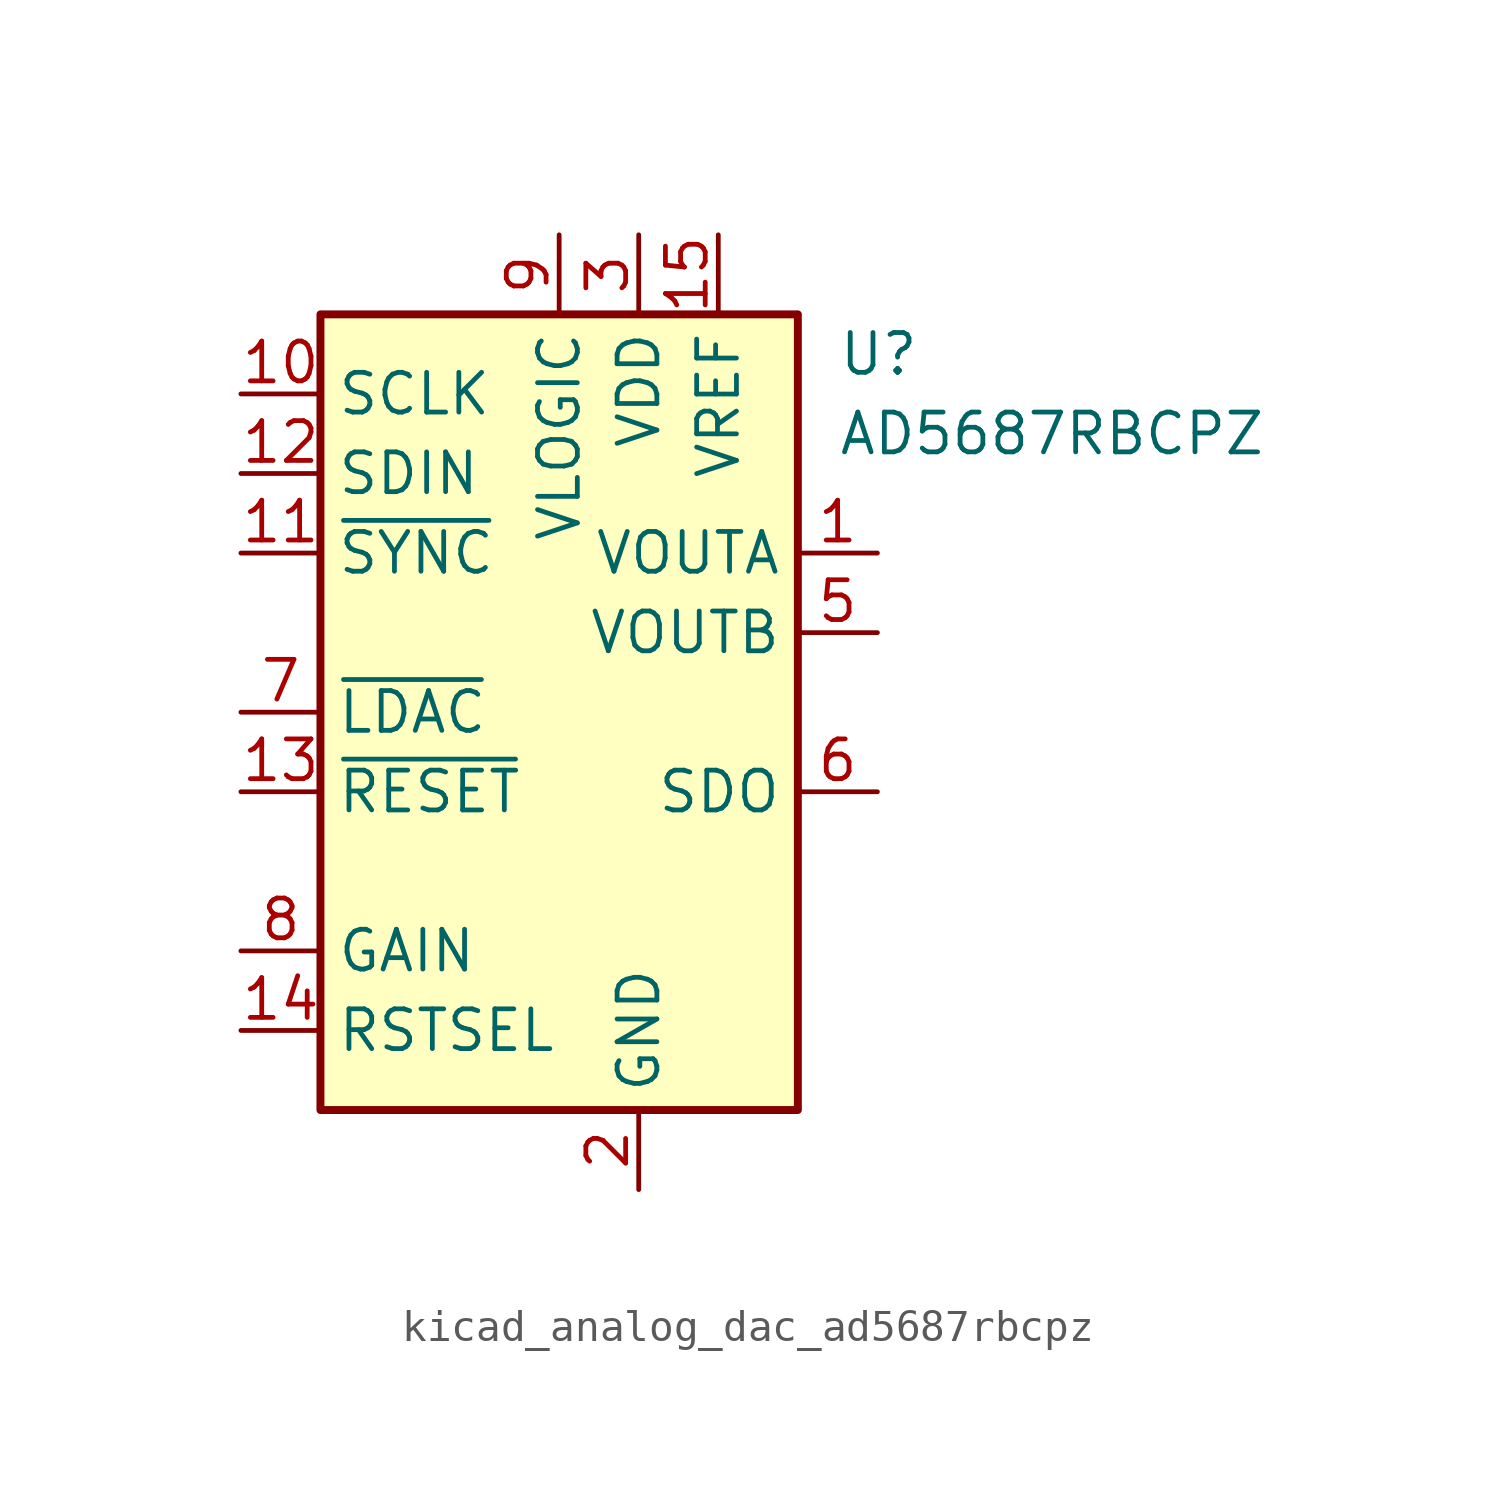
<source format=kicad_sym>
(kicad_symbol_lib
  (version 20220914)
  (generator kicad_symbol_editor)
  (symbol "kicad_analog_dac_ad5687rbcpz"
    (property "Reference" "U"
      (at 8.89 11.43 0)
      (effects (font (size 1.27 1.27)) (justify left)))
    (property "Value" "AD5687RBCPZ"
      (at 8.89 8.89 0)
      (effects (font (size 1.27 1.27)) (justify left)))
    (symbol "kicad_analog_dac_ad5687rbcpz_0_1"
      (rectangle (start -7.62 12.7) (end 7.62 -12.7) (stroke (width 0.254) (type default)) (fill (type background))))
    (symbol "kicad_analog_dac_ad5687rbcpz_1_1"
      (pin output line (at 10.16 5.08 180) (length 2.54) (name "VOUTA" (effects (font (size 1.27 1.27)))) (number "1" (effects (font (size 1.27 1.27)))))
      (pin input line (at -10.16 10.16 0) (length 2.54) (name "SCLK" (effects (font (size 1.27 1.27)))) (number "10" (effects (font (size 1.27 1.27)))))
      (pin input line (at -10.16 5.08 0) (length 2.54) (name "~{SYNC}" (effects (font (size 1.27 1.27)))) (number "11" (effects (font (size 1.27 1.27)))))
      (pin input line (at -10.16 7.62 0) (length 2.54) (name "SDIN" (effects (font (size 1.27 1.27)))) (number "12" (effects (font (size 1.27 1.27)))))
      (pin input line (at -10.16 -2.54 0) (length 2.54) (name "~{RESET}" (effects (font (size 1.27 1.27)))) (number "13" (effects (font (size 1.27 1.27)))))
      (pin input line (at -10.16 -10.16 0) (length 2.54) (name "RSTSEL" (effects (font (size 1.27 1.27)))) (number "14" (effects (font (size 1.27 1.27)))))
      (pin power_in line (at 5.08 15.24 270) (length 2.54) (name "VREF" (effects (font (size 1.27 1.27)))) (number "15" (effects (font (size 1.27 1.27)))))
      (pin no_connect line (at 7.62 -5.08 180) (length 2.54) hide (name "NC" (effects (font (size 1.27 1.27)))) (number "16" (effects (font (size 1.27 1.27)))))
      (pin passive line (at 2.54 -15.24 90) (length 2.54) hide (name "GND" (effects (font (size 1.27 1.27)))) (number "17" (effects (font (size 1.27 1.27)))))
      (pin power_in line (at 2.54 -15.24 90) (length 2.54) (name "GND" (effects (font (size 1.27 1.27)))) (number "2" (effects (font (size 1.27 1.27)))))
      (pin power_in line (at 2.54 15.24 270) (length 2.54) (name "VDD" (effects (font (size 1.27 1.27)))) (number "3" (effects (font (size 1.27 1.27)))))
      (pin no_connect line (at 7.62 -7.62 180) (length 2.54) hide (name "NC" (effects (font (size 1.27 1.27)))) (number "4" (effects (font (size 1.27 1.27)))))
      (pin output line (at 10.16 2.54 180) (length 2.54) (name "VOUTB" (effects (font (size 1.27 1.27)))) (number "5" (effects (font (size 1.27 1.27)))))
      (pin output line (at 10.16 -2.54 180) (length 2.54) (name "SDO" (effects (font (size 1.27 1.27)))) (number "6" (effects (font (size 1.27 1.27)))))
      (pin input line (at -10.16 0 0) (length 2.54) (name "~{LDAC}" (effects (font (size 1.27 1.27)))) (number "7" (effects (font (size 1.27 1.27)))))
      (pin input line (at -10.16 -7.62 0) (length 2.54) (name "GAIN" (effects (font (size 1.27 1.27)))) (number "8" (effects (font (size 1.27 1.27)))))
      (pin power_in line (at 0 15.24 270) (length 2.54) (name "VLOGIC" (effects (font (size 1.27 1.27)))) (number "9" (effects (font (size 1.27 1.27))))))))
</source>
